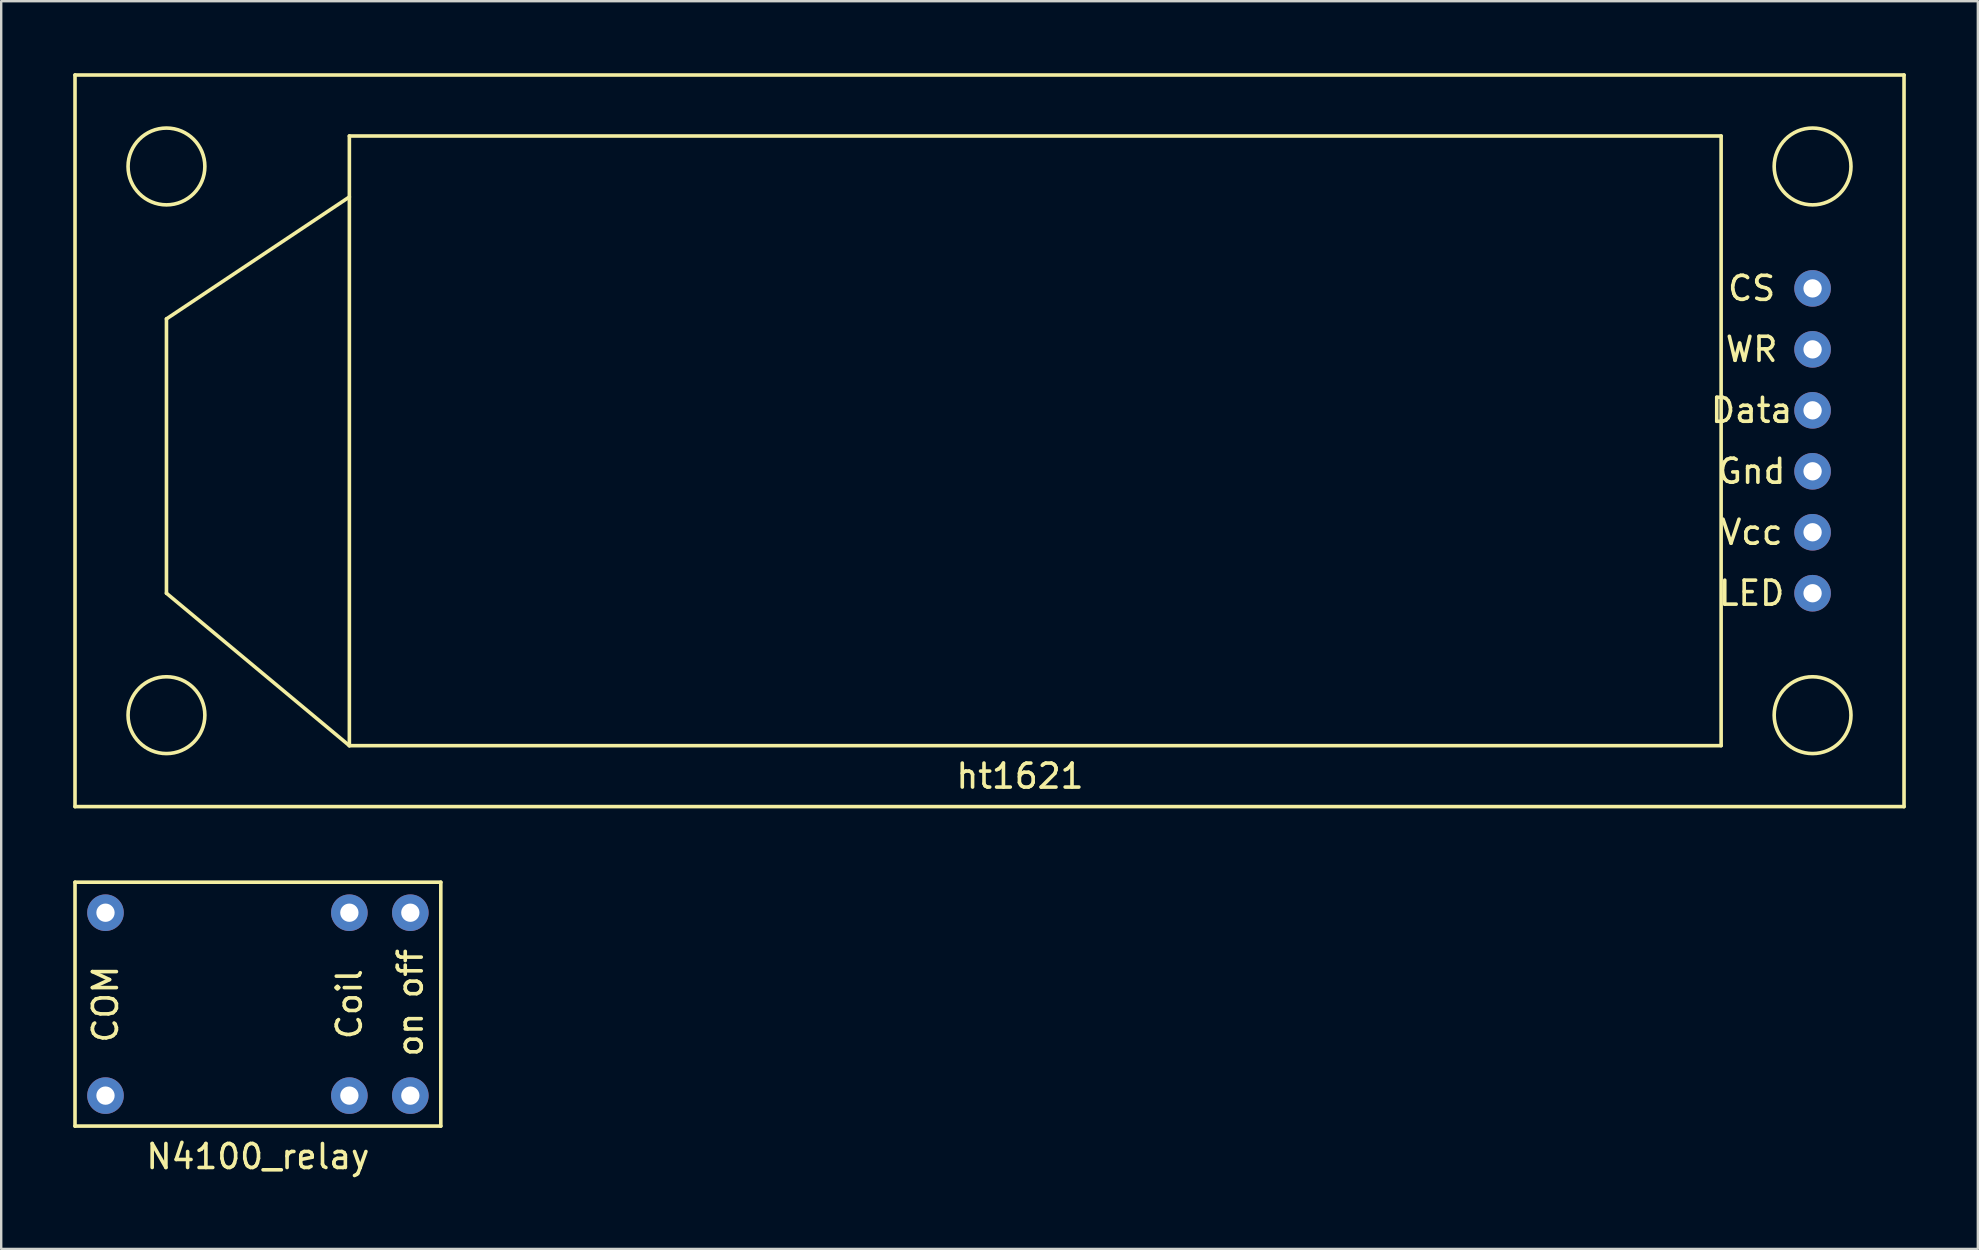
<source format=kicad_pcb>
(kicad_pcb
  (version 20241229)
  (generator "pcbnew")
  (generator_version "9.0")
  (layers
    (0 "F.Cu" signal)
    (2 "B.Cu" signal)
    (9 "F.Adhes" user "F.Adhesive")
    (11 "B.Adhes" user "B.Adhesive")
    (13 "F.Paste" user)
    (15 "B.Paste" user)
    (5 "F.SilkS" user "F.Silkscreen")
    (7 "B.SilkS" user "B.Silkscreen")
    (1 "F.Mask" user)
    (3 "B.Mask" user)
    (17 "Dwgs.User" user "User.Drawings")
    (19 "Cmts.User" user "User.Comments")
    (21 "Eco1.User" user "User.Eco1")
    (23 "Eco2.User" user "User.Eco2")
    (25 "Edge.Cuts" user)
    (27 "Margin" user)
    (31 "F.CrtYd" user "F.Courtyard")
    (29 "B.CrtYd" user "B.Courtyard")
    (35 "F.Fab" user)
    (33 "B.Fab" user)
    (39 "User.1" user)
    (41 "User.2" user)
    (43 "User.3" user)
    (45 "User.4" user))
  (footprint "N4100_relay"
    (layer "F.Cu")
    (at 1.345 34.975)
    (property "Reference" "N4100_relay" (at 6.35 10.16 0) (layer "F.SilkS") (effects (font (size 1 1) (thickness 0.15))))
    (attr through_hole)
    (fp_line (start -1.27 -1.27) (end -1.27 8.89) (stroke (width 0.15) (type solid)) (layer "F.SilkS"))
    (fp_line (start -1.27 8.89) (end 13.97 8.89) (stroke (width 0.15) (type solid)) (layer "F.SilkS"))
    (fp_line (start 13.97 -1.27) (end -1.27 -1.27) (stroke (width 0.15) (type solid)) (layer "F.SilkS"))
    (fp_line (start 13.97 8.89) (end 13.97 -1.27) (stroke (width 0.15) (type solid)) (layer "F.SilkS"))
    (fp_text user "COM" (at 0 3.81 90) (layer "F.SilkS") (effects (font (size 1 1) (thickness 0.15))))
    (fp_text user "off" (at 12.7 2.54 90) (layer "F.SilkS") (effects (font (size 1 1) (thickness 0.15))))
    (fp_text user "on" (at 12.7 5.08 90) (layer "F.SilkS") (effects (font (size 1 1) (thickness 0.15))))
    (fp_text user "Coil" (at 10.16 3.81 90) (layer "F.SilkS") (effects (font (size 1 1) (thickness 0.15))))
    (pad "1" thru_hole circle (at 10.16 0) (size 1.524 1.524) (drill 0.762) (layers "*.Cu" "*.Mask"))
    (pad "2" thru_hole circle (at 10.16 7.62) (size 1.524 1.524) (drill 0.762) (layers "*.Cu" "*.Mask"))
    (pad "3" thru_hole circle (at 0 0) (size 1.524 1.524) (drill 0.762) (layers "*.Cu" "*.Mask"))
    (pad "3" thru_hole circle (at 0 7.62) (size 1.524 1.524) (drill 0.762) (layers "*.Cu" "*.Mask"))
    (pad "4" thru_hole circle (at 12.7 0) (size 1.524 1.524) (drill 0.762) (layers "*.Cu" "*.Mask"))
    (pad "5" thru_hole circle (at 12.7 7.62) (size 1.524 1.524) (drill 0.762) (layers "*.Cu" "*.Mask")))
  (footprint "ht1621"
    (layer "F.Cu")
    (at 72.465 8.965)
    (property "Reference" "ht1621" (at -33.02 20.32 0) (layer "F.SilkS") (effects (font (size 1 1) (thickness 0.15))))
    (attr through_hole)
    (fp_line (start -72.39 -8.89) (end 3.81 -8.89) (stroke (width 0.15) (type solid)) (layer "F.SilkS"))
    (fp_line (start -72.39 21.59) (end -72.39 -8.89) (stroke (width 0.15) (type solid)) (layer "F.SilkS"))
    (fp_line (start -68.58 1.27) (end -68.58 12.7) (stroke (width 0.15) (type solid)) (layer "F.SilkS"))
    (fp_line (start -68.58 12.7) (end -60.96 19.05) (stroke (width 0.15) (type solid)) (layer "F.SilkS"))
    (fp_line (start -60.96 -6.35) (end -3.81 -6.35) (stroke (width 0.15) (type solid)) (layer "F.SilkS"))
    (fp_line (start -60.96 -3.81) (end -68.58 1.27) (stroke (width 0.15) (type solid)) (layer "F.SilkS"))
    (fp_line (start -60.96 19.05) (end -60.96 -6.35) (stroke (width 0.15) (type solid)) (layer "F.SilkS"))
    (fp_line (start -3.81 -6.35) (end -3.81 19.05) (stroke (width 0.15) (type solid)) (layer "F.SilkS"))
    (fp_line (start -3.81 19.05) (end -60.96 19.05) (stroke (width 0.15) (type solid)) (layer "F.SilkS"))
    (fp_line (start 3.81 -8.89) (end 3.81 21.59) (stroke (width 0.15) (type solid)) (layer "F.SilkS"))
    (fp_line (start 3.81 21.59) (end -72.39 21.59) (stroke (width 0.15) (type solid)) (layer "F.SilkS"))
    (fp_circle (center -68.58 -5.08) (end -66.98 -5.08) (stroke (width 0.15) (type solid)) (fill no) (layer "F.SilkS"))
    (fp_circle (center -68.58 17.78) (end -66.98 17.78) (stroke (width 0.15) (type solid)) (fill no) (layer "F.SilkS"))
    (fp_circle (center 0 -5.08) (end 1.6 -5.08) (stroke (width 0.15) (type solid)) (fill no) (layer "F.SilkS"))
    (fp_circle (center 0 17.78) (end 1.6 17.78) (stroke (width 0.15) (type solid)) (fill no) (layer "F.SilkS"))
    (fp_text user "Gnd" (at -2.54 7.62 0) (layer "F.SilkS") (effects (font (size 1 1) (thickness 0.15))))
    (fp_text user "CS" (at -2.54 0 0) (layer "F.SilkS") (effects (font (size 1 1) (thickness 0.15))))
    (fp_text user "LED" (at -2.54 12.7 0) (layer "F.SilkS") (effects (font (size 1 1) (thickness 0.15))))
    (fp_text user "Vcc" (at -2.54 10.16 0) (layer "F.SilkS") (effects (font (size 1 1) (thickness 0.15))))
    (fp_text user "WR" (at -2.54 2.54 0) (layer "F.SilkS") (effects (font (size 1 1) (thickness 0.15))))
    (fp_text user "Data" (at -2.54 5.08 0) (layer "F.SilkS") (effects (font (size 1 1) (thickness 0.15))))
    (pad "1" thru_hole circle (at 0 0) (size 1.524 1.524) (drill 0.762) (layers "*.Cu" "*.Mask"))
    (pad "2" thru_hole circle (at 0 2.54) (size 1.524 1.524) (drill 0.762) (layers "*.Cu" "*.Mask"))
    (pad "3" thru_hole circle (at 0 5.08) (size 1.524 1.524) (drill 0.762) (layers "*.Cu" "*.Mask"))
    (pad "4" thru_hole circle (at 0 7.62) (size 1.524 1.524) (drill 0.762) (layers "*.Cu" "*.Mask"))
    (pad "5" thru_hole circle (at 0 10.16) (size 1.524 1.524) (drill 0.762) (layers "*.Cu" "*.Mask"))
    (pad "6" thru_hole circle (at 0 12.7) (size 1.524 1.524) (drill 0.762) (layers "*.Cu" "*.Mask")))
  (gr_rect
    (start -3 -3)
    (end 79.35 48.983)
    (stroke (width 0.1) (type default))
    (fill no)
    (layer "Edge.Cuts")))
</source>
